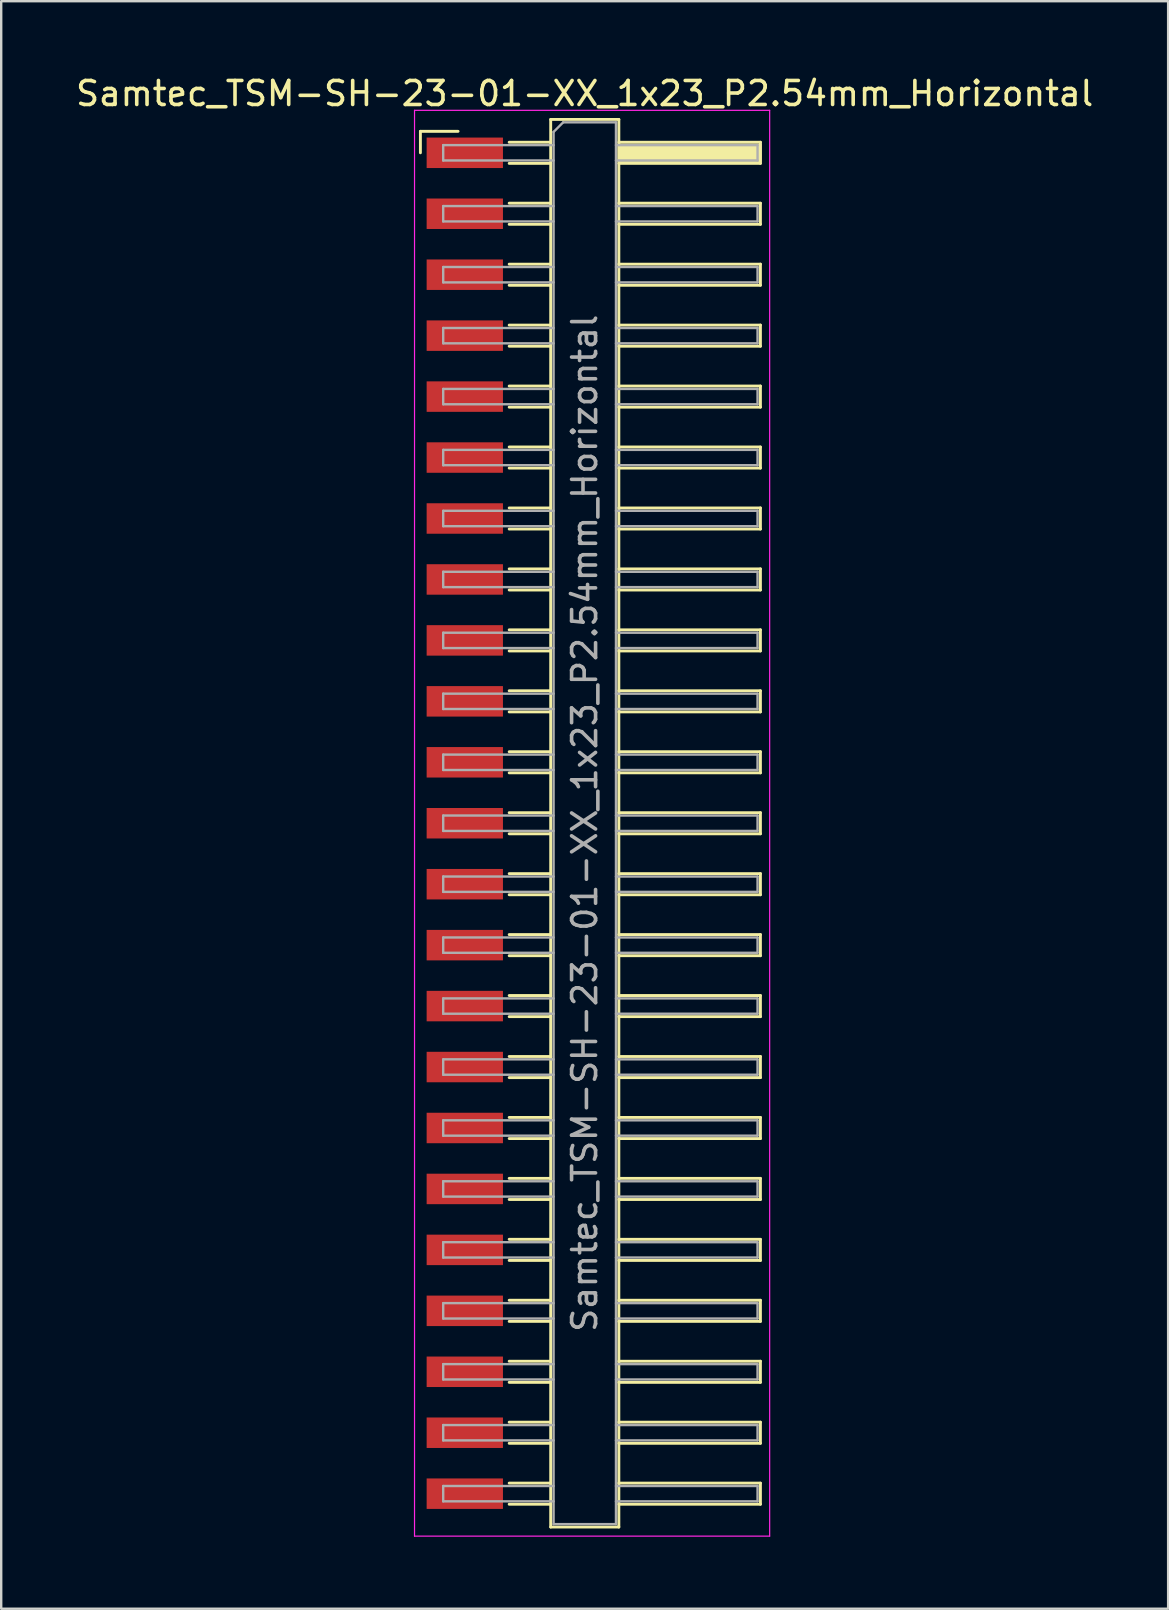
<source format=kicad_pcb>
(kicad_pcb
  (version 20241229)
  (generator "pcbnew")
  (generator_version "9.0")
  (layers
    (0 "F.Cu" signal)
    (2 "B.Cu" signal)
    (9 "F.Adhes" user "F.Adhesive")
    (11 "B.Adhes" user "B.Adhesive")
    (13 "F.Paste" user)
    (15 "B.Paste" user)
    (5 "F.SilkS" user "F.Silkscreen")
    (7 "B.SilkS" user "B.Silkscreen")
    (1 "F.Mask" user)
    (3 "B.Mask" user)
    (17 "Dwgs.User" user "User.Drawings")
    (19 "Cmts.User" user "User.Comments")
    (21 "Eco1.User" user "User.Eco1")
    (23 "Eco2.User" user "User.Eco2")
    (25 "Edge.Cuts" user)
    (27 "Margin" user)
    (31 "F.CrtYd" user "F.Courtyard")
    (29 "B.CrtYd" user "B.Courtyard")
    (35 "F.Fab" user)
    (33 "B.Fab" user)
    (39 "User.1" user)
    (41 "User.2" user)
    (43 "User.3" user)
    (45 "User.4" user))
  (footprint "Samtec_TSM-SH-23-01-XX_1x23_P2.54mm_Horizontal"
    (layer "F.Cu")
    (at 21.505 31.258)
    (property "Reference" "Samtec_TSM-SH-23-01-XX_1x23_P2.54mm_Horizontal" (at -0.19 -30.41 0) (layer "F.SilkS") (effects (font (size 1 1) (thickness 0.15))))
    (attr smd)
    (fp_line (start -7.035 -28.835) (end -5.465 -28.835) (stroke (width 0.12) (type solid)) (layer "F.SilkS"))
    (fp_line (start -7.035 -27.94) (end -7.035 -28.835) (stroke (width 0.12) (type solid)) (layer "F.SilkS"))
    (fp_line (start -3.335 -28.38) (end -1.605 -28.38) (stroke (width 0.12) (type solid)) (layer "F.SilkS"))
    (fp_line (start -3.335 -27.5) (end -1.605 -27.5) (stroke (width 0.12) (type solid)) (layer "F.SilkS"))
    (fp_line (start -3.335 -25.84) (end -1.605 -25.84) (stroke (width 0.12) (type solid)) (layer "F.SilkS"))
    (fp_line (start -3.335 -24.96) (end -1.605 -24.96) (stroke (width 0.12) (type solid)) (layer "F.SilkS"))
    (fp_line (start -3.335 -23.3) (end -1.605 -23.3) (stroke (width 0.12) (type solid)) (layer "F.SilkS"))
    (fp_line (start -3.335 -22.42) (end -1.605 -22.42) (stroke (width 0.12) (type solid)) (layer "F.SilkS"))
    (fp_line (start -3.335 -20.76) (end -1.605 -20.76) (stroke (width 0.12) (type solid)) (layer "F.SilkS"))
    (fp_line (start -3.335 -19.88) (end -1.605 -19.88) (stroke (width 0.12) (type solid)) (layer "F.SilkS"))
    (fp_line (start -3.335 -18.22) (end -1.605 -18.22) (stroke (width 0.12) (type solid)) (layer "F.SilkS"))
    (fp_line (start -3.335 -17.34) (end -1.605 -17.34) (stroke (width 0.12) (type solid)) (layer "F.SilkS"))
    (fp_line (start -3.335 -15.68) (end -1.605 -15.68) (stroke (width 0.12) (type solid)) (layer "F.SilkS"))
    (fp_line (start -3.335 -14.8) (end -1.605 -14.8) (stroke (width 0.12) (type solid)) (layer "F.SilkS"))
    (fp_line (start -3.335 -13.14) (end -1.605 -13.14) (stroke (width 0.12) (type solid)) (layer "F.SilkS"))
    (fp_line (start -3.335 -12.26) (end -1.605 -12.26) (stroke (width 0.12) (type solid)) (layer "F.SilkS"))
    (fp_line (start -3.335 -10.6) (end -1.605 -10.6) (stroke (width 0.12) (type solid)) (layer "F.SilkS"))
    (fp_line (start -3.335 -9.72) (end -1.605 -9.72) (stroke (width 0.12) (type solid)) (layer "F.SilkS"))
    (fp_line (start -3.335 -8.06) (end -1.605 -8.06) (stroke (width 0.12) (type solid)) (layer "F.SilkS"))
    (fp_line (start -3.335 -7.18) (end -1.605 -7.18) (stroke (width 0.12) (type solid)) (layer "F.SilkS"))
    (fp_line (start -3.335 -5.52) (end -1.605 -5.52) (stroke (width 0.12) (type solid)) (layer "F.SilkS"))
    (fp_line (start -3.335 -4.64) (end -1.605 -4.64) (stroke (width 0.12) (type solid)) (layer "F.SilkS"))
    (fp_line (start -3.335 -2.98) (end -1.605 -2.98) (stroke (width 0.12) (type solid)) (layer "F.SilkS"))
    (fp_line (start -3.335 -2.1) (end -1.605 -2.1) (stroke (width 0.12) (type solid)) (layer "F.SilkS"))
    (fp_line (start -3.335 -0.44) (end -1.605 -0.44) (stroke (width 0.12) (type solid)) (layer "F.SilkS"))
    (fp_line (start -3.335 0.44) (end -1.605 0.44) (stroke (width 0.12) (type solid)) (layer "F.SilkS"))
    (fp_line (start -3.335 2.1) (end -1.605 2.1) (stroke (width 0.12) (type solid)) (layer "F.SilkS"))
    (fp_line (start -3.335 2.98) (end -1.605 2.98) (stroke (width 0.12) (type solid)) (layer "F.SilkS"))
    (fp_line (start -3.335 4.64) (end -1.605 4.64) (stroke (width 0.12) (type solid)) (layer "F.SilkS"))
    (fp_line (start -3.335 5.52) (end -1.605 5.52) (stroke (width 0.12) (type solid)) (layer "F.SilkS"))
    (fp_line (start -3.335 7.18) (end -1.605 7.18) (stroke (width 0.12) (type solid)) (layer "F.SilkS"))
    (fp_line (start -3.335 8.06) (end -1.605 8.06) (stroke (width 0.12) (type solid)) (layer "F.SilkS"))
    (fp_line (start -3.335 9.72) (end -1.605 9.72) (stroke (width 0.12) (type solid)) (layer "F.SilkS"))
    (fp_line (start -3.335 10.6) (end -1.605 10.6) (stroke (width 0.12) (type solid)) (layer "F.SilkS"))
    (fp_line (start -3.335 12.26) (end -1.605 12.26) (stroke (width 0.12) (type solid)) (layer "F.SilkS"))
    (fp_line (start -3.335 13.14) (end -1.605 13.14) (stroke (width 0.12) (type solid)) (layer "F.SilkS"))
    (fp_line (start -3.335 14.8) (end -1.605 14.8) (stroke (width 0.12) (type solid)) (layer "F.SilkS"))
    (fp_line (start -3.335 15.68) (end -1.605 15.68) (stroke (width 0.12) (type solid)) (layer "F.SilkS"))
    (fp_line (start -3.335 17.34) (end -1.605 17.34) (stroke (width 0.12) (type solid)) (layer "F.SilkS"))
    (fp_line (start -3.335 18.22) (end -1.605 18.22) (stroke (width 0.12) (type solid)) (layer "F.SilkS"))
    (fp_line (start -3.335 19.88) (end -1.605 19.88) (stroke (width 0.12) (type solid)) (layer "F.SilkS"))
    (fp_line (start -3.335 20.76) (end -1.605 20.76) (stroke (width 0.12) (type solid)) (layer "F.SilkS"))
    (fp_line (start -3.335 22.42) (end -1.605 22.42) (stroke (width 0.12) (type solid)) (layer "F.SilkS"))
    (fp_line (start -3.335 23.3) (end -1.605 23.3) (stroke (width 0.12) (type solid)) (layer "F.SilkS"))
    (fp_line (start -3.335 24.96) (end -1.605 24.96) (stroke (width 0.12) (type solid)) (layer "F.SilkS"))
    (fp_line (start -3.335 25.84) (end -1.605 25.84) (stroke (width 0.12) (type solid)) (layer "F.SilkS"))
    (fp_line (start -3.335 27.5) (end -1.605 27.5) (stroke (width 0.12) (type solid)) (layer "F.SilkS"))
    (fp_line (start -3.335 28.38) (end -1.605 28.38) (stroke (width 0.12) (type solid)) (layer "F.SilkS"))
    (fp_line (start -1.605 -29.33) (end 1.235 -29.33) (stroke (width 0.12) (type solid)) (layer "F.SilkS"))
    (fp_line (start -1.605 29.33) (end -1.605 -29.33) (stroke (width 0.12) (type solid)) (layer "F.SilkS"))
    (fp_line (start 1.235 -29.33) (end 1.235 29.33) (stroke (width 0.12) (type solid)) (layer "F.SilkS"))
    (fp_line (start 1.235 -28.38) (end 7.135 -28.38) (stroke (width 0.12) (type solid)) (layer "F.SilkS"))
    (fp_line (start 1.235 -25.84) (end 7.135 -25.84) (stroke (width 0.12) (type solid)) (layer "F.SilkS"))
    (fp_line (start 1.235 -23.3) (end 7.135 -23.3) (stroke (width 0.12) (type solid)) (layer "F.SilkS"))
    (fp_line (start 1.235 -20.76) (end 7.135 -20.76) (stroke (width 0.12) (type solid)) (layer "F.SilkS"))
    (fp_line (start 1.235 -18.22) (end 7.135 -18.22) (stroke (width 0.12) (type solid)) (layer "F.SilkS"))
    (fp_line (start 1.235 -15.68) (end 7.135 -15.68) (stroke (width 0.12) (type solid)) (layer "F.SilkS"))
    (fp_line (start 1.235 -13.14) (end 7.135 -13.14) (stroke (width 0.12) (type solid)) (layer "F.SilkS"))
    (fp_line (start 1.235 -10.6) (end 7.135 -10.6) (stroke (width 0.12) (type solid)) (layer "F.SilkS"))
    (fp_line (start 1.235 -8.06) (end 7.135 -8.06) (stroke (width 0.12) (type solid)) (layer "F.SilkS"))
    (fp_line (start 1.235 -5.52) (end 7.135 -5.52) (stroke (width 0.12) (type solid)) (layer "F.SilkS"))
    (fp_line (start 1.235 -2.98) (end 7.135 -2.98) (stroke (width 0.12) (type solid)) (layer "F.SilkS"))
    (fp_line (start 1.235 -0.44) (end 7.135 -0.44) (stroke (width 0.12) (type solid)) (layer "F.SilkS"))
    (fp_line (start 1.235 2.1) (end 7.135 2.1) (stroke (width 0.12) (type solid)) (layer "F.SilkS"))
    (fp_line (start 1.235 4.64) (end 7.135 4.64) (stroke (width 0.12) (type solid)) (layer "F.SilkS"))
    (fp_line (start 1.235 7.18) (end 7.135 7.18) (stroke (width 0.12) (type solid)) (layer "F.SilkS"))
    (fp_line (start 1.235 9.72) (end 7.135 9.72) (stroke (width 0.12) (type solid)) (layer "F.SilkS"))
    (fp_line (start 1.235 12.26) (end 7.135 12.26) (stroke (width 0.12) (type solid)) (layer "F.SilkS"))
    (fp_line (start 1.235 14.8) (end 7.135 14.8) (stroke (width 0.12) (type solid)) (layer "F.SilkS"))
    (fp_line (start 1.235 17.34) (end 7.135 17.34) (stroke (width 0.12) (type solid)) (layer "F.SilkS"))
    (fp_line (start 1.235 19.88) (end 7.135 19.88) (stroke (width 0.12) (type solid)) (layer "F.SilkS"))
    (fp_line (start 1.235 22.42) (end 7.135 22.42) (stroke (width 0.12) (type solid)) (layer "F.SilkS"))
    (fp_line (start 1.235 24.96) (end 7.135 24.96) (stroke (width 0.12) (type solid)) (layer "F.SilkS"))
    (fp_line (start 1.235 27.5) (end 7.135 27.5) (stroke (width 0.12) (type solid)) (layer "F.SilkS"))
    (fp_line (start 1.235 29.33) (end -1.605 29.33) (stroke (width 0.12) (type solid)) (layer "F.SilkS"))
    (fp_line (start 7.135 -28.38) (end 7.135 -27.5) (stroke (width 0.12) (type solid)) (layer "F.SilkS"))
    (fp_line (start 7.135 -27.5) (end 1.235 -27.5) (stroke (width 0.12) (type solid)) (layer "F.SilkS"))
    (fp_line (start 7.135 -25.84) (end 7.135 -24.96) (stroke (width 0.12) (type solid)) (layer "F.SilkS"))
    (fp_line (start 7.135 -24.96) (end 1.235 -24.96) (stroke (width 0.12) (type solid)) (layer "F.SilkS"))
    (fp_line (start 7.135 -23.3) (end 7.135 -22.42) (stroke (width 0.12) (type solid)) (layer "F.SilkS"))
    (fp_line (start 7.135 -22.42) (end 1.235 -22.42) (stroke (width 0.12) (type solid)) (layer "F.SilkS"))
    (fp_line (start 7.135 -20.76) (end 7.135 -19.88) (stroke (width 0.12) (type solid)) (layer "F.SilkS"))
    (fp_line (start 7.135 -19.88) (end 1.235 -19.88) (stroke (width 0.12) (type solid)) (layer "F.SilkS"))
    (fp_line (start 7.135 -18.22) (end 7.135 -17.34) (stroke (width 0.12) (type solid)) (layer "F.SilkS"))
    (fp_line (start 7.135 -17.34) (end 1.235 -17.34) (stroke (width 0.12) (type solid)) (layer "F.SilkS"))
    (fp_line (start 7.135 -15.68) (end 7.135 -14.8) (stroke (width 0.12) (type solid)) (layer "F.SilkS"))
    (fp_line (start 7.135 -14.8) (end 1.235 -14.8) (stroke (width 0.12) (type solid)) (layer "F.SilkS"))
    (fp_line (start 7.135 -13.14) (end 7.135 -12.26) (stroke (width 0.12) (type solid)) (layer "F.SilkS"))
    (fp_line (start 7.135 -12.26) (end 1.235 -12.26) (stroke (width 0.12) (type solid)) (layer "F.SilkS"))
    (fp_line (start 7.135 -10.6) (end 7.135 -9.72) (stroke (width 0.12) (type solid)) (layer "F.SilkS"))
    (fp_line (start 7.135 -9.72) (end 1.235 -9.72) (stroke (width 0.12) (type solid)) (layer "F.SilkS"))
    (fp_line (start 7.135 -8.06) (end 7.135 -7.18) (stroke (width 0.12) (type solid)) (layer "F.SilkS"))
    (fp_line (start 7.135 -7.18) (end 1.235 -7.18) (stroke (width 0.12) (type solid)) (layer "F.SilkS"))
    (fp_line (start 7.135 -5.52) (end 7.135 -4.64) (stroke (width 0.12) (type solid)) (layer "F.SilkS"))
    (fp_line (start 7.135 -4.64) (end 1.235 -4.64) (stroke (width 0.12) (type solid)) (layer "F.SilkS"))
    (fp_line (start 7.135 -2.98) (end 7.135 -2.1) (stroke (width 0.12) (type solid)) (layer "F.SilkS"))
    (fp_line (start 7.135 -2.1) (end 1.235 -2.1) (stroke (width 0.12) (type solid)) (layer "F.SilkS"))
    (fp_line (start 7.135 -0.44) (end 7.135 0.44) (stroke (width 0.12) (type solid)) (layer "F.SilkS"))
    (fp_line (start 7.135 0.44) (end 1.235 0.44) (stroke (width 0.12) (type solid)) (layer "F.SilkS"))
    (fp_line (start 7.135 2.1) (end 7.135 2.98) (stroke (width 0.12) (type solid)) (layer "F.SilkS"))
    (fp_line (start 7.135 2.98) (end 1.235 2.98) (stroke (width 0.12) (type solid)) (layer "F.SilkS"))
    (fp_line (start 7.135 4.64) (end 7.135 5.52) (stroke (width 0.12) (type solid)) (layer "F.SilkS"))
    (fp_line (start 7.135 5.52) (end 1.235 5.52) (stroke (width 0.12) (type solid)) (layer "F.SilkS"))
    (fp_line (start 7.135 7.18) (end 7.135 8.06) (stroke (width 0.12) (type solid)) (layer "F.SilkS"))
    (fp_line (start 7.135 8.06) (end 1.235 8.06) (stroke (width 0.12) (type solid)) (layer "F.SilkS"))
    (fp_line (start 7.135 9.72) (end 7.135 10.6) (stroke (width 0.12) (type solid)) (layer "F.SilkS"))
    (fp_line (start 7.135 10.6) (end 1.235 10.6) (stroke (width 0.12) (type solid)) (layer "F.SilkS"))
    (fp_line (start 7.135 12.26) (end 7.135 13.14) (stroke (width 0.12) (type solid)) (layer "F.SilkS"))
    (fp_line (start 7.135 13.14) (end 1.235 13.14) (stroke (width 0.12) (type solid)) (layer "F.SilkS"))
    (fp_line (start 7.135 14.8) (end 7.135 15.68) (stroke (width 0.12) (type solid)) (layer "F.SilkS"))
    (fp_line (start 7.135 15.68) (end 1.235 15.68) (stroke (width 0.12) (type solid)) (layer "F.SilkS"))
    (fp_line (start 7.135 17.34) (end 7.135 18.22) (stroke (width 0.12) (type solid)) (layer "F.SilkS"))
    (fp_line (start 7.135 18.22) (end 1.235 18.22) (stroke (width 0.12) (type solid)) (layer "F.SilkS"))
    (fp_line (start 7.135 19.88) (end 7.135 20.76) (stroke (width 0.12) (type solid)) (layer "F.SilkS"))
    (fp_line (start 7.135 20.76) (end 1.235 20.76) (stroke (width 0.12) (type solid)) (layer "F.SilkS"))
    (fp_line (start 7.135 22.42) (end 7.135 23.3) (stroke (width 0.12) (type solid)) (layer "F.SilkS"))
    (fp_line (start 7.135 23.3) (end 1.235 23.3) (stroke (width 0.12) (type solid)) (layer "F.SilkS"))
    (fp_line (start 7.135 24.96) (end 7.135 25.84) (stroke (width 0.12) (type solid)) (layer "F.SilkS"))
    (fp_line (start 7.135 25.84) (end 1.235 25.84) (stroke (width 0.12) (type solid)) (layer "F.SilkS"))
    (fp_line (start 7.135 27.5) (end 7.135 28.38) (stroke (width 0.12) (type solid)) (layer "F.SilkS"))
    (fp_line (start 7.135 28.38) (end 1.235 28.38) (stroke (width 0.12) (type solid)) (layer "F.SilkS"))
    (fp_line (start -7.28 -29.71) (end 7.52 -29.71) (stroke (width 0.05) (type solid)) (layer "F.CrtYd"))
    (fp_line (start -7.28 29.71) (end -7.28 -29.71) (stroke (width 0.05) (type solid)) (layer "F.CrtYd"))
    (fp_line (start 7.52 -29.71) (end 7.52 29.71) (stroke (width 0.05) (type solid)) (layer "F.CrtYd"))
    (fp_line (start 7.52 29.71) (end -7.28 29.71) (stroke (width 0.05) (type solid)) (layer "F.CrtYd"))
    (fp_line (start -6.085 -28.26) (end -6.085 -27.62) (stroke (width 0.1) (type solid)) (layer "F.Fab"))
    (fp_line (start -6.085 -27.62) (end -1.485 -27.62) (stroke (width 0.1) (type solid)) (layer "F.Fab"))
    (fp_line (start -6.085 -25.72) (end -6.085 -25.08) (stroke (width 0.1) (type solid)) (layer "F.Fab"))
    (fp_line (start -6.085 -25.08) (end -1.485 -25.08) (stroke (width 0.1) (type solid)) (layer "F.Fab"))
    (fp_line (start -6.085 -23.18) (end -6.085 -22.54) (stroke (width 0.1) (type solid)) (layer "F.Fab"))
    (fp_line (start -6.085 -22.54) (end -1.485 -22.54) (stroke (width 0.1) (type solid)) (layer "F.Fab"))
    (fp_line (start -6.085 -20.64) (end -6.085 -20) (stroke (width 0.1) (type solid)) (layer "F.Fab"))
    (fp_line (start -6.085 -20) (end -1.485 -20) (stroke (width 0.1) (type solid)) (layer "F.Fab"))
    (fp_line (start -6.085 -18.1) (end -6.085 -17.46) (stroke (width 0.1) (type solid)) (layer "F.Fab"))
    (fp_line (start -6.085 -17.46) (end -1.485 -17.46) (stroke (width 0.1) (type solid)) (layer "F.Fab"))
    (fp_line (start -6.085 -15.56) (end -6.085 -14.92) (stroke (width 0.1) (type solid)) (layer "F.Fab"))
    (fp_line (start -6.085 -14.92) (end -1.485 -14.92) (stroke (width 0.1) (type solid)) (layer "F.Fab"))
    (fp_line (start -6.085 -13.02) (end -6.085 -12.38) (stroke (width 0.1) (type solid)) (layer "F.Fab"))
    (fp_line (start -6.085 -12.38) (end -1.485 -12.38) (stroke (width 0.1) (type solid)) (layer "F.Fab"))
    (fp_line (start -6.085 -10.48) (end -6.085 -9.84) (stroke (width 0.1) (type solid)) (layer "F.Fab"))
    (fp_line (start -6.085 -9.84) (end -1.485 -9.84) (stroke (width 0.1) (type solid)) (layer "F.Fab"))
    (fp_line (start -6.085 -7.94) (end -6.085 -7.3) (stroke (width 0.1) (type solid)) (layer "F.Fab"))
    (fp_line (start -6.085 -7.3) (end -1.485 -7.3) (stroke (width 0.1) (type solid)) (layer "F.Fab"))
    (fp_line (start -6.085 -5.4) (end -6.085 -4.76) (stroke (width 0.1) (type solid)) (layer "F.Fab"))
    (fp_line (start -6.085 -4.76) (end -1.485 -4.76) (stroke (width 0.1) (type solid)) (layer "F.Fab"))
    (fp_line (start -6.085 -2.86) (end -6.085 -2.22) (stroke (width 0.1) (type solid)) (layer "F.Fab"))
    (fp_line (start -6.085 -2.22) (end -1.485 -2.22) (stroke (width 0.1) (type solid)) (layer "F.Fab"))
    (fp_line (start -6.085 -0.32) (end -6.085 0.32) (stroke (width 0.1) (type solid)) (layer "F.Fab"))
    (fp_line (start -6.085 0.32) (end -1.485 0.32) (stroke (width 0.1) (type solid)) (layer "F.Fab"))
    (fp_line (start -6.085 2.22) (end -6.085 2.86) (stroke (width 0.1) (type solid)) (layer "F.Fab"))
    (fp_line (start -6.085 2.86) (end -1.485 2.86) (stroke (width 0.1) (type solid)) (layer "F.Fab"))
    (fp_line (start -6.085 4.76) (end -6.085 5.4) (stroke (width 0.1) (type solid)) (layer "F.Fab"))
    (fp_line (start -6.085 5.4) (end -1.485 5.4) (stroke (width 0.1) (type solid)) (layer "F.Fab"))
    (fp_line (start -6.085 7.3) (end -6.085 7.94) (stroke (width 0.1) (type solid)) (layer "F.Fab"))
    (fp_line (start -6.085 7.94) (end -1.485 7.94) (stroke (width 0.1) (type solid)) (layer "F.Fab"))
    (fp_line (start -6.085 9.84) (end -6.085 10.48) (stroke (width 0.1) (type solid)) (layer "F.Fab"))
    (fp_line (start -6.085 10.48) (end -1.485 10.48) (stroke (width 0.1) (type solid)) (layer "F.Fab"))
    (fp_line (start -6.085 12.38) (end -6.085 13.02) (stroke (width 0.1) (type solid)) (layer "F.Fab"))
    (fp_line (start -6.085 13.02) (end -1.485 13.02) (stroke (width 0.1) (type solid)) (layer "F.Fab"))
    (fp_line (start -6.085 14.92) (end -6.085 15.56) (stroke (width 0.1) (type solid)) (layer "F.Fab"))
    (fp_line (start -6.085 15.56) (end -1.485 15.56) (stroke (width 0.1) (type solid)) (layer "F.Fab"))
    (fp_line (start -6.085 17.46) (end -6.085 18.1) (stroke (width 0.1) (type solid)) (layer "F.Fab"))
    (fp_line (start -6.085 18.1) (end -1.485 18.1) (stroke (width 0.1) (type solid)) (layer "F.Fab"))
    (fp_line (start -6.085 20) (end -6.085 20.64) (stroke (width 0.1) (type solid)) (layer "F.Fab"))
    (fp_line (start -6.085 20.64) (end -1.485 20.64) (stroke (width 0.1) (type solid)) (layer "F.Fab"))
    (fp_line (start -6.085 22.54) (end -6.085 23.18) (stroke (width 0.1) (type solid)) (layer "F.Fab"))
    (fp_line (start -6.085 23.18) (end -1.485 23.18) (stroke (width 0.1) (type solid)) (layer "F.Fab"))
    (fp_line (start -6.085 25.08) (end -6.085 25.72) (stroke (width 0.1) (type solid)) (layer "F.Fab"))
    (fp_line (start -6.085 25.72) (end -1.485 25.72) (stroke (width 0.1) (type solid)) (layer "F.Fab"))
    (fp_line (start -6.085 27.62) (end -6.085 28.26) (stroke (width 0.1) (type solid)) (layer "F.Fab"))
    (fp_line (start -6.085 28.26) (end -1.485 28.26) (stroke (width 0.1) (type solid)) (layer "F.Fab"))
    (fp_line (start -1.485 -28.81) (end -1.085 -29.21) (stroke (width 0.1) (type solid)) (layer "F.Fab"))
    (fp_line (start -1.485 -28.26) (end -6.085 -28.26) (stroke (width 0.1) (type solid)) (layer "F.Fab"))
    (fp_line (start -1.485 -25.72) (end -6.085 -25.72) (stroke (width 0.1) (type solid)) (layer "F.Fab"))
    (fp_line (start -1.485 -23.18) (end -6.085 -23.18) (stroke (width 0.1) (type solid)) (layer "F.Fab"))
    (fp_line (start -1.485 -20.64) (end -6.085 -20.64) (stroke (width 0.1) (type solid)) (layer "F.Fab"))
    (fp_line (start -1.485 -18.1) (end -6.085 -18.1) (stroke (width 0.1) (type solid)) (layer "F.Fab"))
    (fp_line (start -1.485 -15.56) (end -6.085 -15.56) (stroke (width 0.1) (type solid)) (layer "F.Fab"))
    (fp_line (start -1.485 -13.02) (end -6.085 -13.02) (stroke (width 0.1) (type solid)) (layer "F.Fab"))
    (fp_line (start -1.485 -10.48) (end -6.085 -10.48) (stroke (width 0.1) (type solid)) (layer "F.Fab"))
    (fp_line (start -1.485 -7.94) (end -6.085 -7.94) (stroke (width 0.1) (type solid)) (layer "F.Fab"))
    (fp_line (start -1.485 -5.4) (end -6.085 -5.4) (stroke (width 0.1) (type solid)) (layer "F.Fab"))
    (fp_line (start -1.485 -2.86) (end -6.085 -2.86) (stroke (width 0.1) (type solid)) (layer "F.Fab"))
    (fp_line (start -1.485 -0.32) (end -6.085 -0.32) (stroke (width 0.1) (type solid)) (layer "F.Fab"))
    (fp_line (start -1.485 2.22) (end -6.085 2.22) (stroke (width 0.1) (type solid)) (layer "F.Fab"))
    (fp_line (start -1.485 4.76) (end -6.085 4.76) (stroke (width 0.1) (type solid)) (layer "F.Fab"))
    (fp_line (start -1.485 7.3) (end -6.085 7.3) (stroke (width 0.1) (type solid)) (layer "F.Fab"))
    (fp_line (start -1.485 9.84) (end -6.085 9.84) (stroke (width 0.1) (type solid)) (layer "F.Fab"))
    (fp_line (start -1.485 12.38) (end -6.085 12.38) (stroke (width 0.1) (type solid)) (layer "F.Fab"))
    (fp_line (start -1.485 14.92) (end -6.085 14.92) (stroke (width 0.1) (type solid)) (layer "F.Fab"))
    (fp_line (start -1.485 17.46) (end -6.085 17.46) (stroke (width 0.1) (type solid)) (layer "F.Fab"))
    (fp_line (start -1.485 20) (end -6.085 20) (stroke (width 0.1) (type solid)) (layer "F.Fab"))
    (fp_line (start -1.485 22.54) (end -6.085 22.54) (stroke (width 0.1) (type solid)) (layer "F.Fab"))
    (fp_line (start -1.485 25.08) (end -6.085 25.08) (stroke (width 0.1) (type solid)) (layer "F.Fab"))
    (fp_line (start -1.485 27.62) (end -6.085 27.62) (stroke (width 0.1) (type solid)) (layer "F.Fab"))
    (fp_line (start -1.485 29.21) (end -1.485 -28.81) (stroke (width 0.1) (type solid)) (layer "F.Fab"))
    (fp_line (start -1.085 -29.21) (end 1.115 -29.21) (stroke (width 0.1) (type solid)) (layer "F.Fab"))
    (fp_line (start 1.115 -29.21) (end 1.115 29.21) (stroke (width 0.1) (type solid)) (layer "F.Fab"))
    (fp_line (start 1.115 -28.26) (end 7.015 -28.26) (stroke (width 0.1) (type solid)) (layer "F.Fab"))
    (fp_line (start 1.115 -25.72) (end 7.015 -25.72) (stroke (width 0.1) (type solid)) (layer "F.Fab"))
    (fp_line (start 1.115 -23.18) (end 7.015 -23.18) (stroke (width 0.1) (type solid)) (layer "F.Fab"))
    (fp_line (start 1.115 -20.64) (end 7.015 -20.64) (stroke (width 0.1) (type solid)) (layer "F.Fab"))
    (fp_line (start 1.115 -18.1) (end 7.015 -18.1) (stroke (width 0.1) (type solid)) (layer "F.Fab"))
    (fp_line (start 1.115 -15.56) (end 7.015 -15.56) (stroke (width 0.1) (type solid)) (layer "F.Fab"))
    (fp_line (start 1.115 -13.02) (end 7.015 -13.02) (stroke (width 0.1) (type solid)) (layer "F.Fab"))
    (fp_line (start 1.115 -10.48) (end 7.015 -10.48) (stroke (width 0.1) (type solid)) (layer "F.Fab"))
    (fp_line (start 1.115 -7.94) (end 7.015 -7.94) (stroke (width 0.1) (type solid)) (layer "F.Fab"))
    (fp_line (start 1.115 -5.4) (end 7.015 -5.4) (stroke (width 0.1) (type solid)) (layer "F.Fab"))
    (fp_line (start 1.115 -2.86) (end 7.015 -2.86) (stroke (width 0.1) (type solid)) (layer "F.Fab"))
    (fp_line (start 1.115 -0.32) (end 7.015 -0.32) (stroke (width 0.1) (type solid)) (layer "F.Fab"))
    (fp_line (start 1.115 2.22) (end 7.015 2.22) (stroke (width 0.1) (type solid)) (layer "F.Fab"))
    (fp_line (start 1.115 4.76) (end 7.015 4.76) (stroke (width 0.1) (type solid)) (layer "F.Fab"))
    (fp_line (start 1.115 7.3) (end 7.015 7.3) (stroke (width 0.1) (type solid)) (layer "F.Fab"))
    (fp_line (start 1.115 9.84) (end 7.015 9.84) (stroke (width 0.1) (type solid)) (layer "F.Fab"))
    (fp_line (start 1.115 12.38) (end 7.015 12.38) (stroke (width 0.1) (type solid)) (layer "F.Fab"))
    (fp_line (start 1.115 14.92) (end 7.015 14.92) (stroke (width 0.1) (type solid)) (layer "F.Fab"))
    (fp_line (start 1.115 17.46) (end 7.015 17.46) (stroke (width 0.1) (type solid)) (layer "F.Fab"))
    (fp_line (start 1.115 20) (end 7.015 20) (stroke (width 0.1) (type solid)) (layer "F.Fab"))
    (fp_line (start 1.115 22.54) (end 7.015 22.54) (stroke (width 0.1) (type solid)) (layer "F.Fab"))
    (fp_line (start 1.115 25.08) (end 7.015 25.08) (stroke (width 0.1) (type solid)) (layer "F.Fab"))
    (fp_line (start 1.115 27.62) (end 7.015 27.62) (stroke (width 0.1) (type solid)) (layer "F.Fab"))
    (fp_line (start 1.115 29.21) (end -1.485 29.21) (stroke (width 0.1) (type solid)) (layer "F.Fab"))
    (fp_line (start 7.015 -28.26) (end 7.015 -27.62) (stroke (width 0.1) (type solid)) (layer "F.Fab"))
    (fp_line (start 7.015 -27.62) (end 1.115 -27.62) (stroke (width 0.1) (type solid)) (layer "F.Fab"))
    (fp_line (start 7.015 -25.72) (end 7.015 -25.08) (stroke (width 0.1) (type solid)) (layer "F.Fab"))
    (fp_line (start 7.015 -25.08) (end 1.115 -25.08) (stroke (width 0.1) (type solid)) (layer "F.Fab"))
    (fp_line (start 7.015 -23.18) (end 7.015 -22.54) (stroke (width 0.1) (type solid)) (layer "F.Fab"))
    (fp_line (start 7.015 -22.54) (end 1.115 -22.54) (stroke (width 0.1) (type solid)) (layer "F.Fab"))
    (fp_line (start 7.015 -20.64) (end 7.015 -20) (stroke (width 0.1) (type solid)) (layer "F.Fab"))
    (fp_line (start 7.015 -20) (end 1.115 -20) (stroke (width 0.1) (type solid)) (layer "F.Fab"))
    (fp_line (start 7.015 -18.1) (end 7.015 -17.46) (stroke (width 0.1) (type solid)) (layer "F.Fab"))
    (fp_line (start 7.015 -17.46) (end 1.115 -17.46) (stroke (width 0.1) (type solid)) (layer "F.Fab"))
    (fp_line (start 7.015 -15.56) (end 7.015 -14.92) (stroke (width 0.1) (type solid)) (layer "F.Fab"))
    (fp_line (start 7.015 -14.92) (end 1.115 -14.92) (stroke (width 0.1) (type solid)) (layer "F.Fab"))
    (fp_line (start 7.015 -13.02) (end 7.015 -12.38) (stroke (width 0.1) (type solid)) (layer "F.Fab"))
    (fp_line (start 7.015 -12.38) (end 1.115 -12.38) (stroke (width 0.1) (type solid)) (layer "F.Fab"))
    (fp_line (start 7.015 -10.48) (end 7.015 -9.84) (stroke (width 0.1) (type solid)) (layer "F.Fab"))
    (fp_line (start 7.015 -9.84) (end 1.115 -9.84) (stroke (width 0.1) (type solid)) (layer "F.Fab"))
    (fp_line (start 7.015 -7.94) (end 7.015 -7.3) (stroke (width 0.1) (type solid)) (layer "F.Fab"))
    (fp_line (start 7.015 -7.3) (end 1.115 -7.3) (stroke (width 0.1) (type solid)) (layer "F.Fab"))
    (fp_line (start 7.015 -5.4) (end 7.015 -4.76) (stroke (width 0.1) (type solid)) (layer "F.Fab"))
    (fp_line (start 7.015 -4.76) (end 1.115 -4.76) (stroke (width 0.1) (type solid)) (layer "F.Fab"))
    (fp_line (start 7.015 -2.86) (end 7.015 -2.22) (stroke (width 0.1) (type solid)) (layer "F.Fab"))
    (fp_line (start 7.015 -2.22) (end 1.115 -2.22) (stroke (width 0.1) (type solid)) (layer "F.Fab"))
    (fp_line (start 7.015 -0.32) (end 7.015 0.32) (stroke (width 0.1) (type solid)) (layer "F.Fab"))
    (fp_line (start 7.015 0.32) (end 1.115 0.32) (stroke (width 0.1) (type solid)) (layer "F.Fab"))
    (fp_line (start 7.015 2.22) (end 7.015 2.86) (stroke (width 0.1) (type solid)) (layer "F.Fab"))
    (fp_line (start 7.015 2.86) (end 1.115 2.86) (stroke (width 0.1) (type solid)) (layer "F.Fab"))
    (fp_line (start 7.015 4.76) (end 7.015 5.4) (stroke (width 0.1) (type solid)) (layer "F.Fab"))
    (fp_line (start 7.015 5.4) (end 1.115 5.4) (stroke (width 0.1) (type solid)) (layer "F.Fab"))
    (fp_line (start 7.015 7.3) (end 7.015 7.94) (stroke (width 0.1) (type solid)) (layer "F.Fab"))
    (fp_line (start 7.015 7.94) (end 1.115 7.94) (stroke (width 0.1) (type solid)) (layer "F.Fab"))
    (fp_line (start 7.015 9.84) (end 7.015 10.48) (stroke (width 0.1) (type solid)) (layer "F.Fab"))
    (fp_line (start 7.015 10.48) (end 1.115 10.48) (stroke (width 0.1) (type solid)) (layer "F.Fab"))
    (fp_line (start 7.015 12.38) (end 7.015 13.02) (stroke (width 0.1) (type solid)) (layer "F.Fab"))
    (fp_line (start 7.015 13.02) (end 1.115 13.02) (stroke (width 0.1) (type solid)) (layer "F.Fab"))
    (fp_line (start 7.015 14.92) (end 7.015 15.56) (stroke (width 0.1) (type solid)) (layer "F.Fab"))
    (fp_line (start 7.015 15.56) (end 1.115 15.56) (stroke (width 0.1) (type solid)) (layer "F.Fab"))
    (fp_line (start 7.015 17.46) (end 7.015 18.1) (stroke (width 0.1) (type solid)) (layer "F.Fab"))
    (fp_line (start 7.015 18.1) (end 1.115 18.1) (stroke (width 0.1) (type solid)) (layer "F.Fab"))
    (fp_line (start 7.015 20) (end 7.015 20.64) (stroke (width 0.1) (type solid)) (layer "F.Fab"))
    (fp_line (start 7.015 20.64) (end 1.115 20.64) (stroke (width 0.1) (type solid)) (layer "F.Fab"))
    (fp_line (start 7.015 22.54) (end 7.015 23.18) (stroke (width 0.1) (type solid)) (layer "F.Fab"))
    (fp_line (start 7.015 23.18) (end 1.115 23.18) (stroke (width 0.1) (type solid)) (layer "F.Fab"))
    (fp_line (start 7.015 25.08) (end 7.015 25.72) (stroke (width 0.1) (type solid)) (layer "F.Fab"))
    (fp_line (start 7.015 25.72) (end 1.115 25.72) (stroke (width 0.1) (type solid)) (layer "F.Fab"))
    (fp_line (start 7.015 27.62) (end 7.015 28.26) (stroke (width 0.1) (type solid)) (layer "F.Fab"))
    (fp_line (start 7.015 28.26) (end 1.115 28.26) (stroke (width 0.1) (type solid)) (layer "F.Fab"))
    (fp_text user "${REFERENCE}" (at -0.19 0 90) (layer "F.Fab") (effects (font (size 1 1) (thickness 0.15))))
    (pad "" smd rect (at 4.185 -27.94) (size 6 0.76) (layers "F.SilkS"))
    (pad "1" smd rect (at -5.185 -27.94) (size 3.18 1.27) (layers "F.Cu" "F.Mask" "F.Paste"))
    (pad "2" smd rect (at -5.185 -25.4) (size 3.18 1.27) (layers "F.Cu" "F.Mask" "F.Paste"))
    (pad "3" smd rect (at -5.185 -22.86) (size 3.18 1.27) (layers "F.Cu" "F.Mask" "F.Paste"))
    (pad "4" smd rect (at -5.185 -20.32) (size 3.18 1.27) (layers "F.Cu" "F.Mask" "F.Paste"))
    (pad "5" smd rect (at -5.185 -17.78) (size 3.18 1.27) (layers "F.Cu" "F.Mask" "F.Paste"))
    (pad "6" smd rect (at -5.185 -15.24) (size 3.18 1.27) (layers "F.Cu" "F.Mask" "F.Paste"))
    (pad "7" smd rect (at -5.185 -12.7) (size 3.18 1.27) (layers "F.Cu" "F.Mask" "F.Paste"))
    (pad "8" smd rect (at -5.185 -10.16) (size 3.18 1.27) (layers "F.Cu" "F.Mask" "F.Paste"))
    (pad "9" smd rect (at -5.185 -7.62) (size 3.18 1.27) (layers "F.Cu" "F.Mask" "F.Paste"))
    (pad "10" smd rect (at -5.185 -5.08) (size 3.18 1.27) (layers "F.Cu" "F.Mask" "F.Paste"))
    (pad "11" smd rect (at -5.185 -2.54) (size 3.18 1.27) (layers "F.Cu" "F.Mask" "F.Paste"))
    (pad "12" smd rect (at -5.185 0) (size 3.18 1.27) (layers "F.Cu" "F.Mask" "F.Paste"))
    (pad "13" smd rect (at -5.185 2.54) (size 3.18 1.27) (layers "F.Cu" "F.Mask" "F.Paste"))
    (pad "14" smd rect (at -5.185 5.08) (size 3.18 1.27) (layers "F.Cu" "F.Mask" "F.Paste"))
    (pad "15" smd rect (at -5.185 7.62) (size 3.18 1.27) (layers "F.Cu" "F.Mask" "F.Paste"))
    (pad "16" smd rect (at -5.185 10.16) (size 3.18 1.27) (layers "F.Cu" "F.Mask" "F.Paste"))
    (pad "17" smd rect (at -5.185 12.7) (size 3.18 1.27) (layers "F.Cu" "F.Mask" "F.Paste"))
    (pad "18" smd rect (at -5.185 15.24) (size 3.18 1.27) (layers "F.Cu" "F.Mask" "F.Paste"))
    (pad "19" smd rect (at -5.185 17.78) (size 3.18 1.27) (layers "F.Cu" "F.Mask" "F.Paste"))
    (pad "20" smd rect (at -5.185 20.32) (size 3.18 1.27) (layers "F.Cu" "F.Mask" "F.Paste"))
    (pad "21" smd rect (at -5.185 22.86) (size 3.18 1.27) (layers "F.Cu" "F.Mask" "F.Paste"))
    (pad "22" smd rect (at -5.185 25.4) (size 3.18 1.27) (layers "F.Cu" "F.Mask" "F.Paste"))
    (pad "23" smd rect (at -5.185 27.94) (size 3.18 1.27) (layers "F.Cu" "F.Mask" "F.Paste")))
  (gr_rect
    (start -3 -3)
    (end 45.631 63.993)
    (stroke (width 0.1) (type default))
    (fill no)
    (layer "Edge.Cuts")))
</source>
